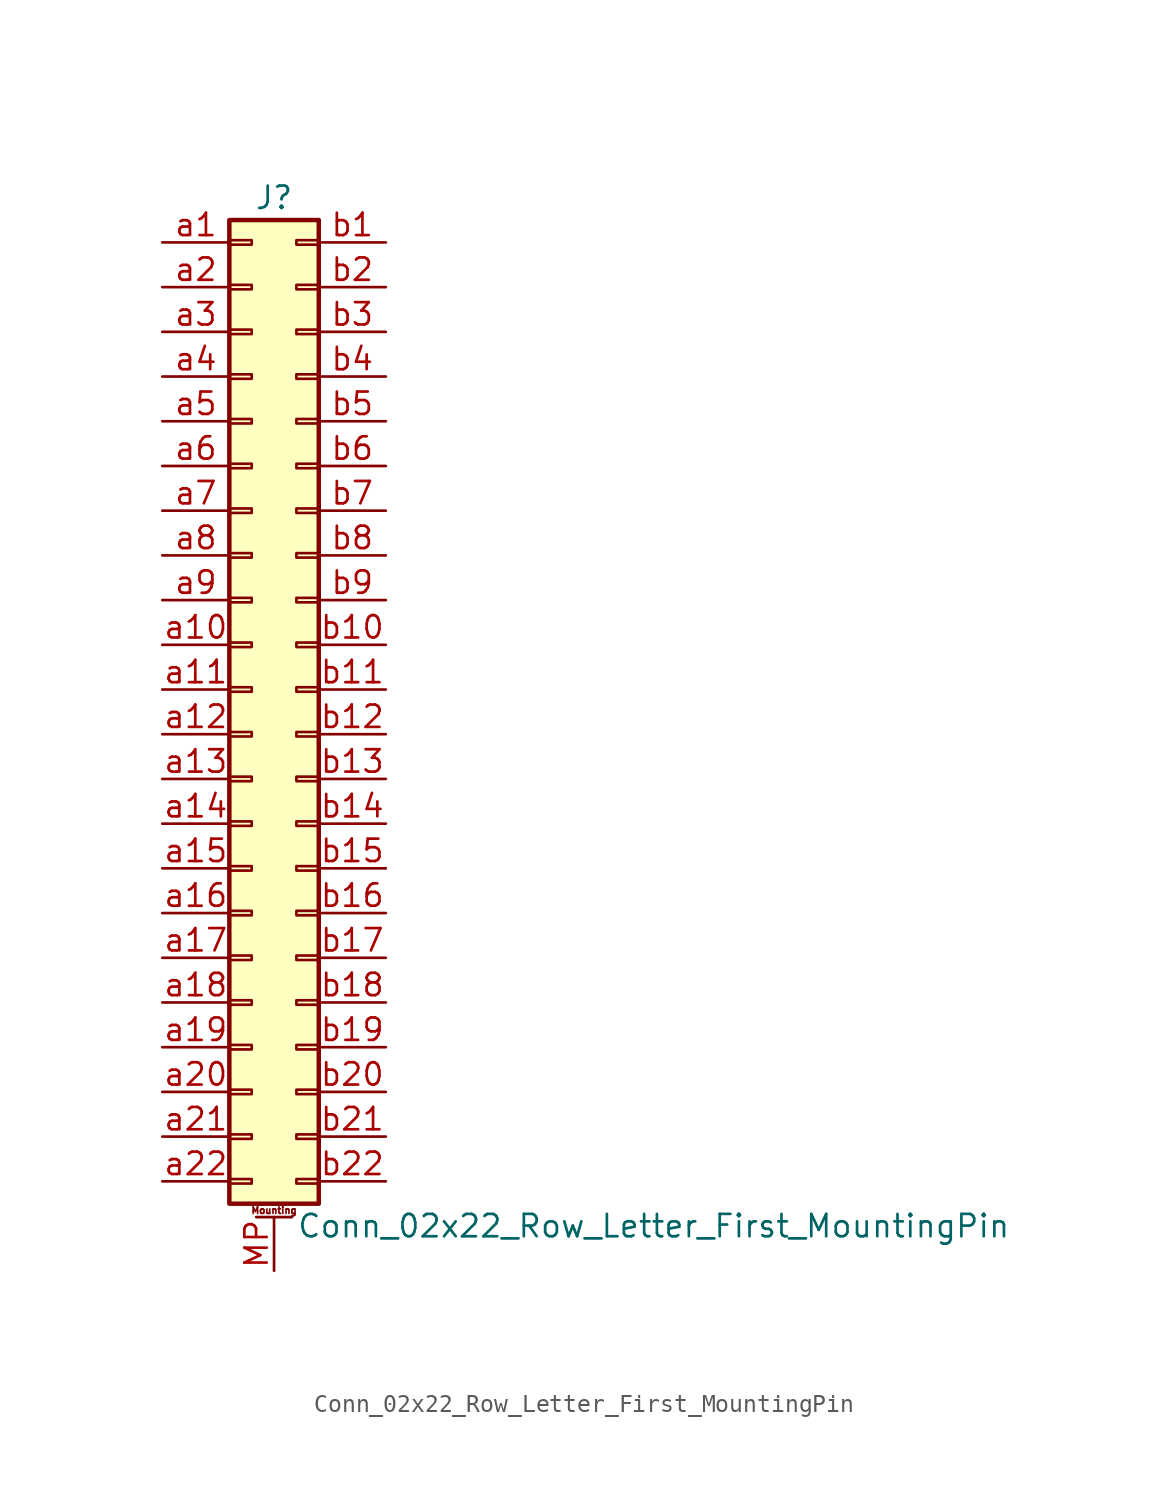
<source format=kicad_sym>
(kicad_symbol_lib
  (version 20201005)
  (generator kicad_symbol_editor)
  (symbol "Conn_02x22_Row_Letter_First_MountingPin"
    (pin_names
      (offset 1.016) hide)
    (property "Reference" "J"
      (at 1.27 27.94 0)
      (effects (font (size 1.27 1.27))))
    (property "Value" "Conn_02x22_Row_Letter_First_MountingPin"
      (at 2.54 -30.48 0)
      (effects (font (size 1.27 1.27)) (justify left)))
    (symbol "Conn_02x22_Row_Letter_First_MountingPin_1_1"
      (text "Mounting" (at 1.27 -29.591 0) (effects (font (size 0.381 0.381))))
      (rectangle (start -1.27 -27.813) (end 0 -28.067) (stroke (width 0.152)) (fill (type none)))
      (rectangle (start -1.27 -25.273) (end 0 -25.527) (stroke (width 0.152)) (fill (type none)))
      (rectangle (start -1.27 -22.733) (end 0 -22.987) (stroke (width 0.152)) (fill (type none)))
      (rectangle (start -1.27 -20.193) (end 0 -20.447) (stroke (width 0.152)) (fill (type none)))
      (rectangle (start -1.27 -17.653) (end 0 -17.907) (stroke (width 0.152)) (fill (type none)))
      (rectangle (start -1.27 -15.113) (end 0 -15.367) (stroke (width 0.152)) (fill (type none)))
      (rectangle (start -1.27 -12.573) (end 0 -12.827) (stroke (width 0.152)) (fill (type none)))
      (rectangle (start -1.27 -10.033) (end 0 -10.287) (stroke (width 0.152)) (fill (type none)))
      (rectangle (start -1.27 -7.493) (end 0 -7.747) (stroke (width 0.152)) (fill (type none)))
      (rectangle (start -1.27 -4.953) (end 0 -5.207) (stroke (width 0.152)) (fill (type none)))
      (rectangle (start -1.27 -2.413) (end 0 -2.667) (stroke (width 0.152)) (fill (type none)))
      (rectangle (start -1.27 0.127) (end 0 -0.127) (stroke (width 0.152)) (fill (type none)))
      (rectangle (start -1.27 2.667) (end 0 2.413) (stroke (width 0.152)) (fill (type none)))
      (rectangle (start -1.27 5.207) (end 0 4.953) (stroke (width 0.152)) (fill (type none)))
      (rectangle (start -1.27 7.747) (end 0 7.493) (stroke (width 0.152)) (fill (type none)))
      (rectangle (start -1.27 10.287) (end 0 10.033) (stroke (width 0.152)) (fill (type none)))
      (rectangle (start -1.27 12.827) (end 0 12.573) (stroke (width 0.152)) (fill (type none)))
      (rectangle (start -1.27 15.367) (end 0 15.113) (stroke (width 0.152)) (fill (type none)))
      (rectangle (start -1.27 17.907) (end 0 17.653) (stroke (width 0.152)) (fill (type none)))
      (rectangle (start -1.27 20.447) (end 0 20.193) (stroke (width 0.152)) (fill (type none)))
      (rectangle (start -1.27 22.987) (end 0 22.733) (stroke (width 0.152)) (fill (type none)))
      (rectangle (start -1.27 25.527) (end 0 25.273) (stroke (width 0.152)) (fill (type none)))
      (rectangle (start 3.81 -27.813) (end 2.54 -28.067) (stroke (width 0.152)) (fill (type none)))
      (rectangle (start 3.81 -25.273) (end 2.54 -25.527) (stroke (width 0.152)) (fill (type none)))
      (rectangle (start 3.81 -22.733) (end 2.54 -22.987) (stroke (width 0.152)) (fill (type none)))
      (rectangle (start 3.81 -20.193) (end 2.54 -20.447) (stroke (width 0.152)) (fill (type none)))
      (rectangle (start 3.81 -17.653) (end 2.54 -17.907) (stroke (width 0.152)) (fill (type none)))
      (rectangle (start 3.81 -15.113) (end 2.54 -15.367) (stroke (width 0.152)) (fill (type none)))
      (rectangle (start 3.81 -12.573) (end 2.54 -12.827) (stroke (width 0.152)) (fill (type none)))
      (rectangle (start 3.81 -10.033) (end 2.54 -10.287) (stroke (width 0.152)) (fill (type none)))
      (rectangle (start 3.81 -7.493) (end 2.54 -7.747) (stroke (width 0.152)) (fill (type none)))
      (rectangle (start 3.81 -4.953) (end 2.54 -5.207) (stroke (width 0.152)) (fill (type none)))
      (rectangle (start 3.81 -2.413) (end 2.54 -2.667) (stroke (width 0.152)) (fill (type none)))
      (rectangle (start 3.81 0.127) (end 2.54 -0.127) (stroke (width 0.152)) (fill (type none)))
      (rectangle (start 3.81 2.667) (end 2.54 2.413) (stroke (width 0.152)) (fill (type none)))
      (rectangle (start 3.81 5.207) (end 2.54 4.953) (stroke (width 0.152)) (fill (type none)))
      (rectangle (start 3.81 7.747) (end 2.54 7.493) (stroke (width 0.152)) (fill (type none)))
      (rectangle (start 3.81 10.287) (end 2.54 10.033) (stroke (width 0.152)) (fill (type none)))
      (rectangle (start 3.81 12.827) (end 2.54 12.573) (stroke (width 0.152)) (fill (type none)))
      (rectangle (start 3.81 15.367) (end 2.54 15.113) (stroke (width 0.152)) (fill (type none)))
      (rectangle (start 3.81 17.907) (end 2.54 17.653) (stroke (width 0.152)) (fill (type none)))
      (rectangle (start 3.81 20.447) (end 2.54 20.193) (stroke (width 0.152)) (fill (type none)))
      (rectangle (start 3.81 22.987) (end 2.54 22.733) (stroke (width 0.152)) (fill (type none)))
      (rectangle (start 3.81 25.527) (end 2.54 25.273) (stroke (width 0.152)) (fill (type none)))
      (rectangle (start -1.27 26.67) (end 3.81 -29.21) (stroke (width 0.254)) (fill (type background)))
      (polyline (pts (xy 0.254 -29.972) (xy 2.286 -29.972)) (stroke (width 0.152)) (fill (type none)))
      (pin passive line (at 1.27 -33.02 90) (length 3.048) (name "MountPin" (effects (font (size 1.27 1.27)))) (number "MP" (effects (font (size 1.27 1.27)))))
      (pin passive line (at -5.08 25.4 0) (length 3.81) (name "Pin_a1" (effects (font (size 1.27 1.27)))) (number "a1" (effects (font (size 1.27 1.27)))))
      (pin passive line (at -5.08 2.54 0) (length 3.81) (name "Pin_a10" (effects (font (size 1.27 1.27)))) (number "a10" (effects (font (size 1.27 1.27)))))
      (pin passive line (at -5.08 0 0) (length 3.81) (name "Pin_a11" (effects (font (size 1.27 1.27)))) (number "a11" (effects (font (size 1.27 1.27)))))
      (pin passive line (at -5.08 -2.54 0) (length 3.81) (name "Pin_a12" (effects (font (size 1.27 1.27)))) (number "a12" (effects (font (size 1.27 1.27)))))
      (pin passive line (at -5.08 -5.08 0) (length 3.81) (name "Pin_a13" (effects (font (size 1.27 1.27)))) (number "a13" (effects (font (size 1.27 1.27)))))
      (pin passive line (at -5.08 -7.62 0) (length 3.81) (name "Pin_a14" (effects (font (size 1.27 1.27)))) (number "a14" (effects (font (size 1.27 1.27)))))
      (pin passive line (at -5.08 -10.16 0) (length 3.81) (name "Pin_a15" (effects (font (size 1.27 1.27)))) (number "a15" (effects (font (size 1.27 1.27)))))
      (pin passive line (at -5.08 -12.7 0) (length 3.81) (name "Pin_a16" (effects (font (size 1.27 1.27)))) (number "a16" (effects (font (size 1.27 1.27)))))
      (pin passive line (at -5.08 -15.24 0) (length 3.81) (name "Pin_a17" (effects (font (size 1.27 1.27)))) (number "a17" (effects (font (size 1.27 1.27)))))
      (pin passive line (at -5.08 -17.78 0) (length 3.81) (name "Pin_a18" (effects (font (size 1.27 1.27)))) (number "a18" (effects (font (size 1.27 1.27)))))
      (pin passive line (at -5.08 -20.32 0) (length 3.81) (name "Pin_a19" (effects (font (size 1.27 1.27)))) (number "a19" (effects (font (size 1.27 1.27)))))
      (pin passive line (at -5.08 22.86 0) (length 3.81) (name "Pin_a2" (effects (font (size 1.27 1.27)))) (number "a2" (effects (font (size 1.27 1.27)))))
      (pin passive line (at -5.08 -22.86 0) (length 3.81) (name "Pin_a20" (effects (font (size 1.27 1.27)))) (number "a20" (effects (font (size 1.27 1.27)))))
      (pin passive line (at -5.08 -25.4 0) (length 3.81) (name "Pin_a21" (effects (font (size 1.27 1.27)))) (number "a21" (effects (font (size 1.27 1.27)))))
      (pin passive line (at -5.08 -27.94 0) (length 3.81) (name "Pin_a22" (effects (font (size 1.27 1.27)))) (number "a22" (effects (font (size 1.27 1.27)))))
      (pin passive line (at -5.08 20.32 0) (length 3.81) (name "Pin_a3" (effects (font (size 1.27 1.27)))) (number "a3" (effects (font (size 1.27 1.27)))))
      (pin passive line (at -5.08 17.78 0) (length 3.81) (name "Pin_a4" (effects (font (size 1.27 1.27)))) (number "a4" (effects (font (size 1.27 1.27)))))
      (pin passive line (at -5.08 15.24 0) (length 3.81) (name "Pin_a5" (effects (font (size 1.27 1.27)))) (number "a5" (effects (font (size 1.27 1.27)))))
      (pin passive line (at -5.08 12.7 0) (length 3.81) (name "Pin_a6" (effects (font (size 1.27 1.27)))) (number "a6" (effects (font (size 1.27 1.27)))))
      (pin passive line (at -5.08 10.16 0) (length 3.81) (name "Pin_a7" (effects (font (size 1.27 1.27)))) (number "a7" (effects (font (size 1.27 1.27)))))
      (pin passive line (at -5.08 7.62 0) (length 3.81) (name "Pin_a8" (effects (font (size 1.27 1.27)))) (number "a8" (effects (font (size 1.27 1.27)))))
      (pin passive line (at -5.08 5.08 0) (length 3.81) (name "Pin_a9" (effects (font (size 1.27 1.27)))) (number "a9" (effects (font (size 1.27 1.27)))))
      (pin passive line (at 7.62 25.4 180) (length 3.81) (name "Pin_b1" (effects (font (size 1.27 1.27)))) (number "b1" (effects (font (size 1.27 1.27)))))
      (pin passive line (at 7.62 2.54 180) (length 3.81) (name "Pin_b10" (effects (font (size 1.27 1.27)))) (number "b10" (effects (font (size 1.27 1.27)))))
      (pin passive line (at 7.62 0 180) (length 3.81) (name "Pin_b11" (effects (font (size 1.27 1.27)))) (number "b11" (effects (font (size 1.27 1.27)))))
      (pin passive line (at 7.62 -2.54 180) (length 3.81) (name "Pin_b12" (effects (font (size 1.27 1.27)))) (number "b12" (effects (font (size 1.27 1.27)))))
      (pin passive line (at 7.62 -5.08 180) (length 3.81) (name "Pin_b13" (effects (font (size 1.27 1.27)))) (number "b13" (effects (font (size 1.27 1.27)))))
      (pin passive line (at 7.62 -7.62 180) (length 3.81) (name "Pin_b14" (effects (font (size 1.27 1.27)))) (number "b14" (effects (font (size 1.27 1.27)))))
      (pin passive line (at 7.62 -10.16 180) (length 3.81) (name "Pin_b15" (effects (font (size 1.27 1.27)))) (number "b15" (effects (font (size 1.27 1.27)))))
      (pin passive line (at 7.62 -12.7 180) (length 3.81) (name "Pin_b16" (effects (font (size 1.27 1.27)))) (number "b16" (effects (font (size 1.27 1.27)))))
      (pin passive line (at 7.62 -15.24 180) (length 3.81) (name "Pin_b17" (effects (font (size 1.27 1.27)))) (number "b17" (effects (font (size 1.27 1.27)))))
      (pin passive line (at 7.62 -17.78 180) (length 3.81) (name "Pin_b18" (effects (font (size 1.27 1.27)))) (number "b18" (effects (font (size 1.27 1.27)))))
      (pin passive line (at 7.62 -20.32 180) (length 3.81) (name "Pin_b19" (effects (font (size 1.27 1.27)))) (number "b19" (effects (font (size 1.27 1.27)))))
      (pin passive line (at 7.62 22.86 180) (length 3.81) (name "Pin_b2" (effects (font (size 1.27 1.27)))) (number "b2" (effects (font (size 1.27 1.27)))))
      (pin passive line (at 7.62 -22.86 180) (length 3.81) (name "Pin_b20" (effects (font (size 1.27 1.27)))) (number "b20" (effects (font (size 1.27 1.27)))))
      (pin passive line (at 7.62 -25.4 180) (length 3.81) (name "Pin_b21" (effects (font (size 1.27 1.27)))) (number "b21" (effects (font (size 1.27 1.27)))))
      (pin passive line (at 7.62 -27.94 180) (length 3.81) (name "Pin_b22" (effects (font (size 1.27 1.27)))) (number "b22" (effects (font (size 1.27 1.27)))))
      (pin passive line (at 7.62 20.32 180) (length 3.81) (name "Pin_b3" (effects (font (size 1.27 1.27)))) (number "b3" (effects (font (size 1.27 1.27)))))
      (pin passive line (at 7.62 17.78 180) (length 3.81) (name "Pin_b4" (effects (font (size 1.27 1.27)))) (number "b4" (effects (font (size 1.27 1.27)))))
      (pin passive line (at 7.62 15.24 180) (length 3.81) (name "Pin_b5" (effects (font (size 1.27 1.27)))) (number "b5" (effects (font (size 1.27 1.27)))))
      (pin passive line (at 7.62 12.7 180) (length 3.81) (name "Pin_b6" (effects (font (size 1.27 1.27)))) (number "b6" (effects (font (size 1.27 1.27)))))
      (pin passive line (at 7.62 10.16 180) (length 3.81) (name "Pin_b7" (effects (font (size 1.27 1.27)))) (number "b7" (effects (font (size 1.27 1.27)))))
      (pin passive line (at 7.62 7.62 180) (length 3.81) (name "Pin_b8" (effects (font (size 1.27 1.27)))) (number "b8" (effects (font (size 1.27 1.27)))))
      (pin passive line (at 7.62 5.08 180) (length 3.81) (name "Pin_b9" (effects (font (size 1.27 1.27)))) (number "b9" (effects (font (size 1.27 1.27))))))))
</source>
